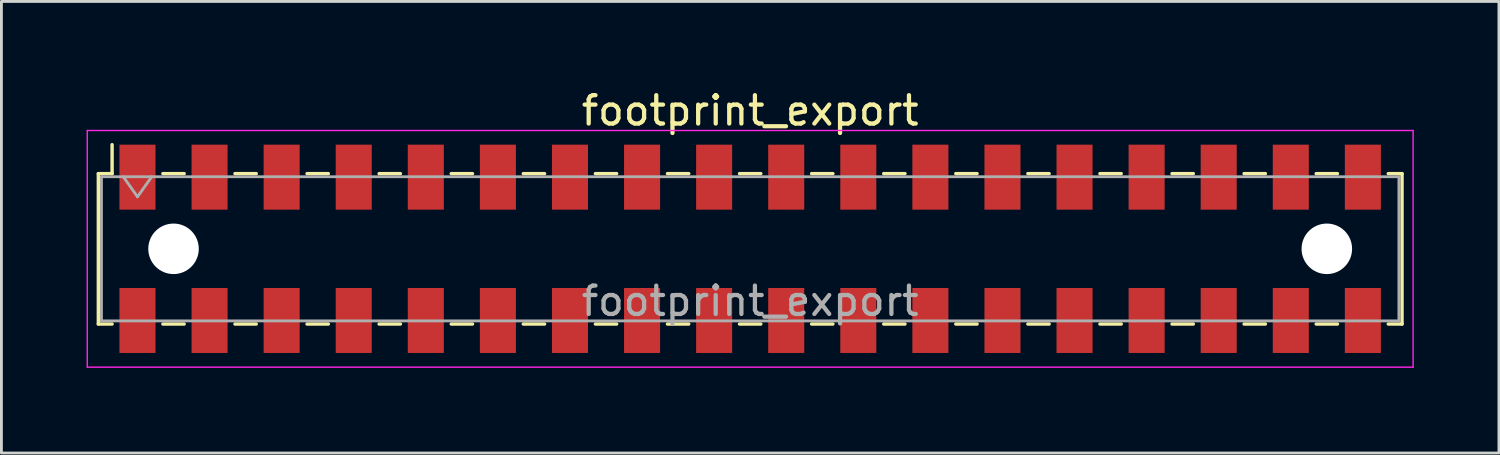
<source format=kicad_pcb>
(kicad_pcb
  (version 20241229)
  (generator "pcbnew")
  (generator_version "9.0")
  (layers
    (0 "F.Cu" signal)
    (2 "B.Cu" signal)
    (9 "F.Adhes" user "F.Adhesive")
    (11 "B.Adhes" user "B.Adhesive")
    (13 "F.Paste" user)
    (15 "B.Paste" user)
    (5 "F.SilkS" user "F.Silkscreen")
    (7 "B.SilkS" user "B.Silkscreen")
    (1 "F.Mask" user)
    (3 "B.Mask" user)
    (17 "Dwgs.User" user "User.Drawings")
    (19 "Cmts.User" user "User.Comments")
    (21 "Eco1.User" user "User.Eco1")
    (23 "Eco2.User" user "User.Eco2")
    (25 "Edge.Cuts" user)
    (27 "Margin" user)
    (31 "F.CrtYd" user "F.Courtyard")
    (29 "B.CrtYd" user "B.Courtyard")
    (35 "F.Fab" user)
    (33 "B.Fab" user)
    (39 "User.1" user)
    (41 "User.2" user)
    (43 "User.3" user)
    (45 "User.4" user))
  (footprint "footprint_export"
    (layer "F.Cu")
    (at 23.385 5.718)
    (property "Reference" "footprint_export" (at 0 -4.87 0) (layer "F.SilkS") (effects (font (size 1 1) (thickness 0.15))))
    (attr smd)
    (fp_line (start -22.97 -2.65) (end -22.97 2.65) (stroke (width 0.12) (type solid)) (layer "F.SilkS"))
    (fp_line (start -22.97 2.65) (end -22.485 2.65) (stroke (width 0.12) (type solid)) (layer "F.SilkS"))
    (fp_line (start -22.485 -3.67) (end -22.485 -2.65) (stroke (width 0.12) (type solid)) (layer "F.SilkS"))
    (fp_line (start -22.485 -2.65) (end -22.97 -2.65) (stroke (width 0.12) (type solid)) (layer "F.SilkS"))
    (fp_line (start -20.695 -2.65) (end -19.945 -2.65) (stroke (width 0.12) (type solid)) (layer "F.SilkS"))
    (fp_line (start -20.695 2.65) (end -19.945 2.65) (stroke (width 0.12) (type solid)) (layer "F.SilkS"))
    (fp_line (start -18.155 -2.65) (end -17.405 -2.65) (stroke (width 0.12) (type solid)) (layer "F.SilkS"))
    (fp_line (start -18.155 2.65) (end -17.405 2.65) (stroke (width 0.12) (type solid)) (layer "F.SilkS"))
    (fp_line (start -15.615 -2.65) (end -14.865 -2.65) (stroke (width 0.12) (type solid)) (layer "F.SilkS"))
    (fp_line (start -15.615 2.65) (end -14.865 2.65) (stroke (width 0.12) (type solid)) (layer "F.SilkS"))
    (fp_line (start -13.075 -2.65) (end -12.325 -2.65) (stroke (width 0.12) (type solid)) (layer "F.SilkS"))
    (fp_line (start -13.075 2.65) (end -12.325 2.65) (stroke (width 0.12) (type solid)) (layer "F.SilkS"))
    (fp_line (start -10.535 -2.65) (end -9.785 -2.65) (stroke (width 0.12) (type solid)) (layer "F.SilkS"))
    (fp_line (start -10.535 2.65) (end -9.785 2.65) (stroke (width 0.12) (type solid)) (layer "F.SilkS"))
    (fp_line (start -7.995 -2.65) (end -7.245 -2.65) (stroke (width 0.12) (type solid)) (layer "F.SilkS"))
    (fp_line (start -7.995 2.65) (end -7.245 2.65) (stroke (width 0.12) (type solid)) (layer "F.SilkS"))
    (fp_line (start -5.455 -2.65) (end -4.705 -2.65) (stroke (width 0.12) (type solid)) (layer "F.SilkS"))
    (fp_line (start -5.455 2.65) (end -4.705 2.65) (stroke (width 0.12) (type solid)) (layer "F.SilkS"))
    (fp_line (start -2.915 -2.65) (end -2.165 -2.65) (stroke (width 0.12) (type solid)) (layer "F.SilkS"))
    (fp_line (start -2.915 2.65) (end -2.165 2.65) (stroke (width 0.12) (type solid)) (layer "F.SilkS"))
    (fp_line (start -0.375 -2.65) (end 0.375 -2.65) (stroke (width 0.12) (type solid)) (layer "F.SilkS"))
    (fp_line (start -0.375 2.65) (end 0.375 2.65) (stroke (width 0.12) (type solid)) (layer "F.SilkS"))
    (fp_line (start 2.165 -2.65) (end 2.915 -2.65) (stroke (width 0.12) (type solid)) (layer "F.SilkS"))
    (fp_line (start 2.165 2.65) (end 2.915 2.65) (stroke (width 0.12) (type solid)) (layer "F.SilkS"))
    (fp_line (start 4.705 -2.65) (end 5.455 -2.65) (stroke (width 0.12) (type solid)) (layer "F.SilkS"))
    (fp_line (start 4.705 2.65) (end 5.455 2.65) (stroke (width 0.12) (type solid)) (layer "F.SilkS"))
    (fp_line (start 7.245 -2.65) (end 7.995 -2.65) (stroke (width 0.12) (type solid)) (layer "F.SilkS"))
    (fp_line (start 7.245 2.65) (end 7.995 2.65) (stroke (width 0.12) (type solid)) (layer "F.SilkS"))
    (fp_line (start 9.785 -2.65) (end 10.535 -2.65) (stroke (width 0.12) (type solid)) (layer "F.SilkS"))
    (fp_line (start 9.785 2.65) (end 10.535 2.65) (stroke (width 0.12) (type solid)) (layer "F.SilkS"))
    (fp_line (start 12.325 -2.65) (end 13.075 -2.65) (stroke (width 0.12) (type solid)) (layer "F.SilkS"))
    (fp_line (start 12.325 2.65) (end 13.075 2.65) (stroke (width 0.12) (type solid)) (layer "F.SilkS"))
    (fp_line (start 14.865 -2.65) (end 15.615 -2.65) (stroke (width 0.12) (type solid)) (layer "F.SilkS"))
    (fp_line (start 14.865 2.65) (end 15.615 2.65) (stroke (width 0.12) (type solid)) (layer "F.SilkS"))
    (fp_line (start 17.405 -2.65) (end 18.155 -2.65) (stroke (width 0.12) (type solid)) (layer "F.SilkS"))
    (fp_line (start 17.405 2.65) (end 18.155 2.65) (stroke (width 0.12) (type solid)) (layer "F.SilkS"))
    (fp_line (start 19.945 -2.65) (end 20.695 -2.65) (stroke (width 0.12) (type solid)) (layer "F.SilkS"))
    (fp_line (start 19.945 2.65) (end 20.695 2.65) (stroke (width 0.12) (type solid)) (layer "F.SilkS"))
    (fp_line (start 22.485 -2.65) (end 22.97 -2.65) (stroke (width 0.12) (type solid)) (layer "F.SilkS"))
    (fp_line (start 22.97 -2.65) (end 22.97 2.65) (stroke (width 0.12) (type solid)) (layer "F.SilkS"))
    (fp_line (start 22.97 2.65) (end 22.485 2.65) (stroke (width 0.12) (type solid)) (layer "F.SilkS"))
    (fp_line (start -23.36 -4.17) (end 23.36 -4.17) (stroke (width 0.05) (type solid)) (layer "F.CrtYd"))
    (fp_line (start -23.36 4.17) (end -23.36 -4.17) (stroke (width 0.05) (type solid)) (layer "F.CrtYd"))
    (fp_line (start 23.36 -4.17) (end 23.36 4.17) (stroke (width 0.05) (type solid)) (layer "F.CrtYd"))
    (fp_line (start 23.36 4.17) (end -23.36 4.17) (stroke (width 0.05) (type solid)) (layer "F.CrtYd"))
    (fp_line (start -22.86 -2.54) (end 22.86 -2.54) (stroke (width 0.1) (type solid)) (layer "F.Fab"))
    (fp_line (start -22.86 2.54) (end -22.86 -2.54) (stroke (width 0.1) (type solid)) (layer "F.Fab"))
    (fp_line (start -22.09 -2.54) (end -21.59 -1.833) (stroke (width 0.1) (type solid)) (layer "F.Fab"))
    (fp_line (start -21.59 -1.833) (end -21.09 -2.54) (stroke (width 0.1) (type solid)) (layer "F.Fab"))
    (fp_line (start 22.86 -2.54) (end 22.86 2.54) (stroke (width 0.1) (type solid)) (layer "F.Fab"))
    (fp_line (start 22.86 2.54) (end -22.86 2.54) (stroke (width 0.1) (type solid)) (layer "F.Fab"))
    (fp_text user "${REFERENCE}" (at 0 1.84 0) (layer "F.Fab") (effects (font (size 1 1) (thickness 0.15))))
    (pad "" np_thru_hole circle (at -20.32 0) (size 1.78 1.78) (drill 1.78) (layers "*.Cu" "*.Mask"))
    (pad "" np_thru_hole circle (at 20.32 0) (size 1.78 1.78) (drill 1.78) (layers "*.Cu" "*.Mask"))
    (pad "1" smd rect (at -21.59 -2.525) (size 1.27 2.29) (layers "F.Cu" "F.Mask" "F.Paste"))
    (pad "2" smd rect (at -21.59 2.525) (size 1.27 2.29) (layers "F.Cu" "F.Mask" "F.Paste"))
    (pad "3" smd rect (at -19.05 -2.525) (size 1.27 2.29) (layers "F.Cu" "F.Mask" "F.Paste"))
    (pad "4" smd rect (at -19.05 2.525) (size 1.27 2.29) (layers "F.Cu" "F.Mask" "F.Paste"))
    (pad "5" smd rect (at -16.51 -2.525) (size 1.27 2.29) (layers "F.Cu" "F.Mask" "F.Paste"))
    (pad "6" smd rect (at -16.51 2.525) (size 1.27 2.29) (layers "F.Cu" "F.Mask" "F.Paste"))
    (pad "7" smd rect (at -13.97 -2.525) (size 1.27 2.29) (layers "F.Cu" "F.Mask" "F.Paste"))
    (pad "8" smd rect (at -13.97 2.525) (size 1.27 2.29) (layers "F.Cu" "F.Mask" "F.Paste"))
    (pad "9" smd rect (at -11.43 -2.525) (size 1.27 2.29) (layers "F.Cu" "F.Mask" "F.Paste"))
    (pad "10" smd rect (at -11.43 2.525) (size 1.27 2.29) (layers "F.Cu" "F.Mask" "F.Paste"))
    (pad "11" smd rect (at -8.89 -2.525) (size 1.27 2.29) (layers "F.Cu" "F.Mask" "F.Paste"))
    (pad "12" smd rect (at -8.89 2.525) (size 1.27 2.29) (layers "F.Cu" "F.Mask" "F.Paste"))
    (pad "13" smd rect (at -6.35 -2.525) (size 1.27 2.29) (layers "F.Cu" "F.Mask" "F.Paste"))
    (pad "14" smd rect (at -6.35 2.525) (size 1.27 2.29) (layers "F.Cu" "F.Mask" "F.Paste"))
    (pad "15" smd rect (at -3.81 -2.525) (size 1.27 2.29) (layers "F.Cu" "F.Mask" "F.Paste"))
    (pad "16" smd rect (at -3.81 2.525) (size 1.27 2.29) (layers "F.Cu" "F.Mask" "F.Paste"))
    (pad "17" smd rect (at -1.27 -2.525) (size 1.27 2.29) (layers "F.Cu" "F.Mask" "F.Paste"))
    (pad "18" smd rect (at -1.27 2.525) (size 1.27 2.29) (layers "F.Cu" "F.Mask" "F.Paste"))
    (pad "19" smd rect (at 1.27 -2.525) (size 1.27 2.29) (layers "F.Cu" "F.Mask" "F.Paste"))
    (pad "20" smd rect (at 1.27 2.525) (size 1.27 2.29) (layers "F.Cu" "F.Mask" "F.Paste"))
    (pad "21" smd rect (at 3.81 -2.525) (size 1.27 2.29) (layers "F.Cu" "F.Mask" "F.Paste"))
    (pad "22" smd rect (at 3.81 2.525) (size 1.27 2.29) (layers "F.Cu" "F.Mask" "F.Paste"))
    (pad "23" smd rect (at 6.35 -2.525) (size 1.27 2.29) (layers "F.Cu" "F.Mask" "F.Paste"))
    (pad "24" smd rect (at 6.35 2.525) (size 1.27 2.29) (layers "F.Cu" "F.Mask" "F.Paste"))
    (pad "25" smd rect (at 8.89 -2.525) (size 1.27 2.29) (layers "F.Cu" "F.Mask" "F.Paste"))
    (pad "26" smd rect (at 8.89 2.525) (size 1.27 2.29) (layers "F.Cu" "F.Mask" "F.Paste"))
    (pad "27" smd rect (at 11.43 -2.525) (size 1.27 2.29) (layers "F.Cu" "F.Mask" "F.Paste"))
    (pad "28" smd rect (at 11.43 2.525) (size 1.27 2.29) (layers "F.Cu" "F.Mask" "F.Paste"))
    (pad "29" smd rect (at 13.97 -2.525) (size 1.27 2.29) (layers "F.Cu" "F.Mask" "F.Paste"))
    (pad "30" smd rect (at 13.97 2.525) (size 1.27 2.29) (layers "F.Cu" "F.Mask" "F.Paste"))
    (pad "31" smd rect (at 16.51 -2.525) (size 1.27 2.29) (layers "F.Cu" "F.Mask" "F.Paste"))
    (pad "32" smd rect (at 16.51 2.525) (size 1.27 2.29) (layers "F.Cu" "F.Mask" "F.Paste"))
    (pad "33" smd rect (at 19.05 -2.525) (size 1.27 2.29) (layers "F.Cu" "F.Mask" "F.Paste"))
    (pad "34" smd rect (at 19.05 2.525) (size 1.27 2.29) (layers "F.Cu" "F.Mask" "F.Paste"))
    (pad "35" smd rect (at 21.59 -2.525) (size 1.27 2.29) (layers "F.Cu" "F.Mask" "F.Paste"))
    (pad "36" smd rect (at 21.59 2.525) (size 1.27 2.29) (layers "F.Cu" "F.Mask" "F.Paste")))
  (gr_rect
    (start -3 -3)
    (end 49.77 12.913)
    (stroke (width 0.1) (type default))
    (fill no)
    (layer "Edge.Cuts")))
</source>
